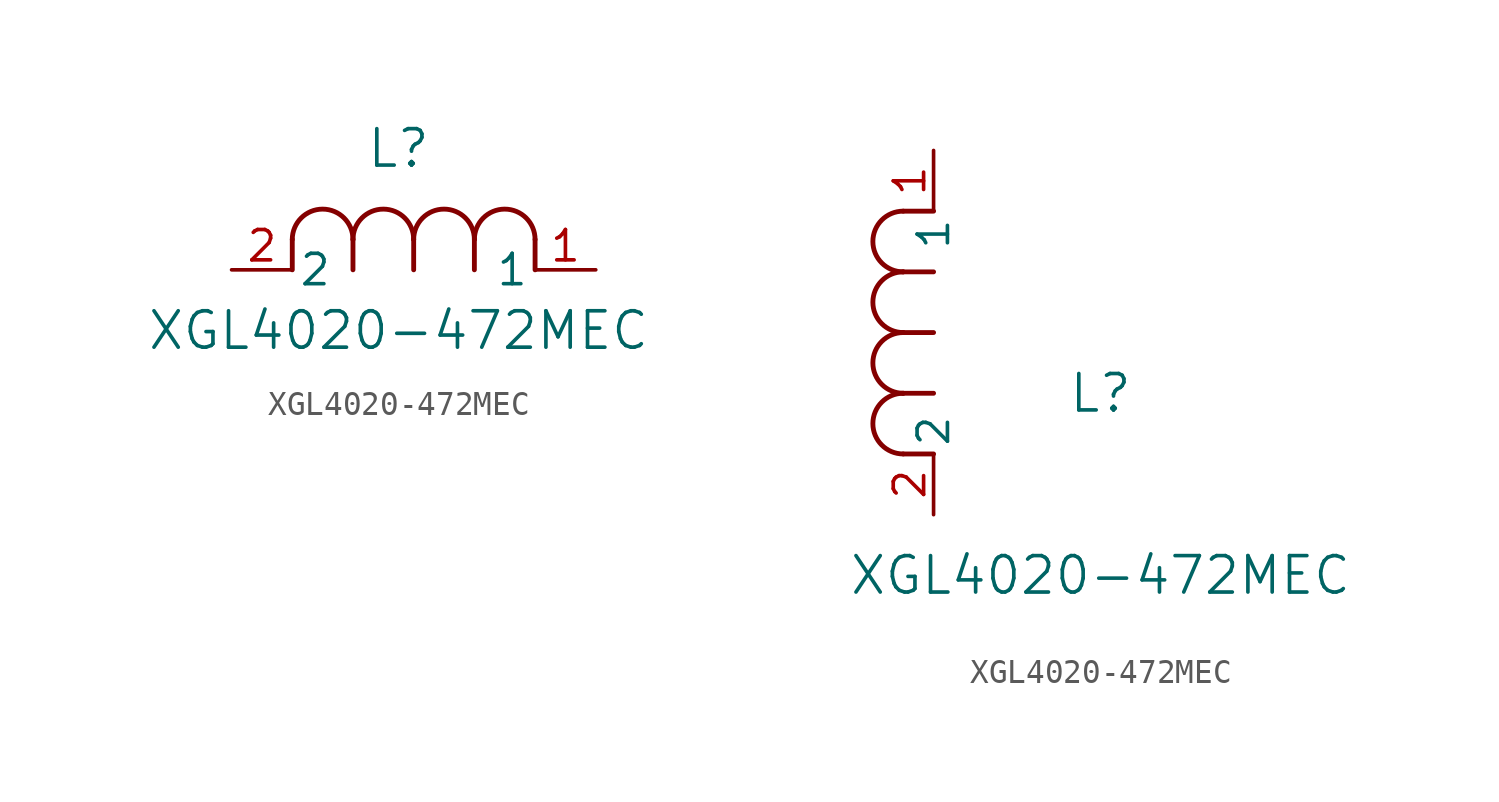
<source format=kicad_sym>
(kicad_symbol_lib
  (version 20211014)
  (generator kicad_symbol_editor)
  (symbol "XGL4020-472MEC"
    (pin_names
      (offset 0.254))
    (property "Reference" "L"
      (at 6.985 5.08 0)
      (effects (font (size 1.524 1.524))))
    (property "Value" "XGL4020-472MEC"
      (at 6.985 -2.54 0)
      (effects (font (size 1.524 1.524))))
    (symbol "XGL4020-472MEC_1_1"
      (arc (start 7.62 1.27) (mid 6.35 2.54) (end 5.08 1.27) (stroke (width 0.2032) (type default) (color 0 0 0 0)) (fill (type none)))
      (polyline (pts (xy 5.08 0) (xy 5.08 1.27)) (stroke (width 0.203) (type default) (color 0 0 0 0)) (fill (type none)))
      (polyline (pts (xy 7.62 0) (xy 7.62 1.27)) (stroke (width 0.203) (type default) (color 0 0 0 0)) (fill (type none)))
      (polyline (pts (xy 12.7 0) (xy 12.7 1.27)) (stroke (width 0.203) (type default) (color 0 0 0 0)) (fill (type none)))
      (arc (start 5.08 1.27) (mid 3.81 2.54) (end 2.54 1.27) (stroke (width 0.2032) (type default) (color 0 0 0 0)) (fill (type none)))
      (arc (start 10.16 1.27) (mid 8.89 2.54) (end 7.62 1.27) (stroke (width 0.2032) (type default) (color 0 0 0 0)) (fill (type none)))
      (arc (start 12.7 1.27) (mid 11.43 2.54) (end 10.16 1.27) (stroke (width 0.2032) (type default) (color 0 0 0 0)) (fill (type none)))
      (polyline (pts (xy 2.54 0) (xy 2.54 1.27)) (stroke (width 0.203) (type default) (color 0 0 0 0)) (fill (type none)))
      (polyline (pts (xy 10.16 0) (xy 10.16 1.27)) (stroke (width 0.203) (type default) (color 0 0 0 0)) (fill (type none)))
      (pin unspecified line (at 0 0 0) (length 2.54) (name "2" (effects (font (size 1.27 1.27)))) (number "2" (effects (font (size 1.27 1.27)))))
      (pin unspecified line (at 15.24 0 180) (length 2.54) (name "1" (effects (font (size 1.27 1.27)))) (number "1" (effects (font (size 1.27 1.27))))))
    (symbol "XGL4020-472MEC_1_2"
      (arc (start -1.27 7.62) (mid -2.54 6.35) (end -1.27 5.08) (stroke (width 0.2032) (type default) (color 0 0 0 0)) (fill (type none)))
      (arc (start -1.27 5.08) (mid -2.54 3.81) (end -1.27 2.54) (stroke (width 0.2032) (type default) (color 0 0 0 0)) (fill (type none)))
      (arc (start -1.27 12.7) (mid -2.54 11.43) (end -1.27 10.16) (stroke (width 0.2032) (type default) (color 0 0 0 0)) (fill (type none)))
      (arc (start -1.27 10.16) (mid -2.54 8.89) (end -1.27 7.62) (stroke (width 0.2032) (type default) (color 0 0 0 0)) (fill (type none)))
      (polyline (pts (xy 0 7.62) (xy -1.27 7.62)) (stroke (width 0.203) (type default) (color 0 0 0 0)) (fill (type none)))
      (polyline (pts (xy 0 5.08) (xy -1.27 5.08)) (stroke (width 0.203) (type default) (color 0 0 0 0)) (fill (type none)))
      (polyline (pts (xy 0 12.7) (xy -1.27 12.7)) (stroke (width 0.203) (type default) (color 0 0 0 0)) (fill (type none)))
      (polyline (pts (xy 0 2.54) (xy -1.27 2.54)) (stroke (width 0.203) (type default) (color 0 0 0 0)) (fill (type none)))
      (polyline (pts (xy 0 10.16) (xy -1.27 10.16)) (stroke (width 0.203) (type default) (color 0 0 0 0)) (fill (type none)))
      (pin unspecified line (at 0 0 90) (length 2.54) (name "2" (effects (font (size 1.27 1.27)))) (number "2" (effects (font (size 1.27 1.27)))))
      (pin unspecified line (at 0 15.24 270) (length 2.54) (name "1" (effects (font (size 1.27 1.27)))) (number "1" (effects (font (size 1.27 1.27))))))))
</source>
